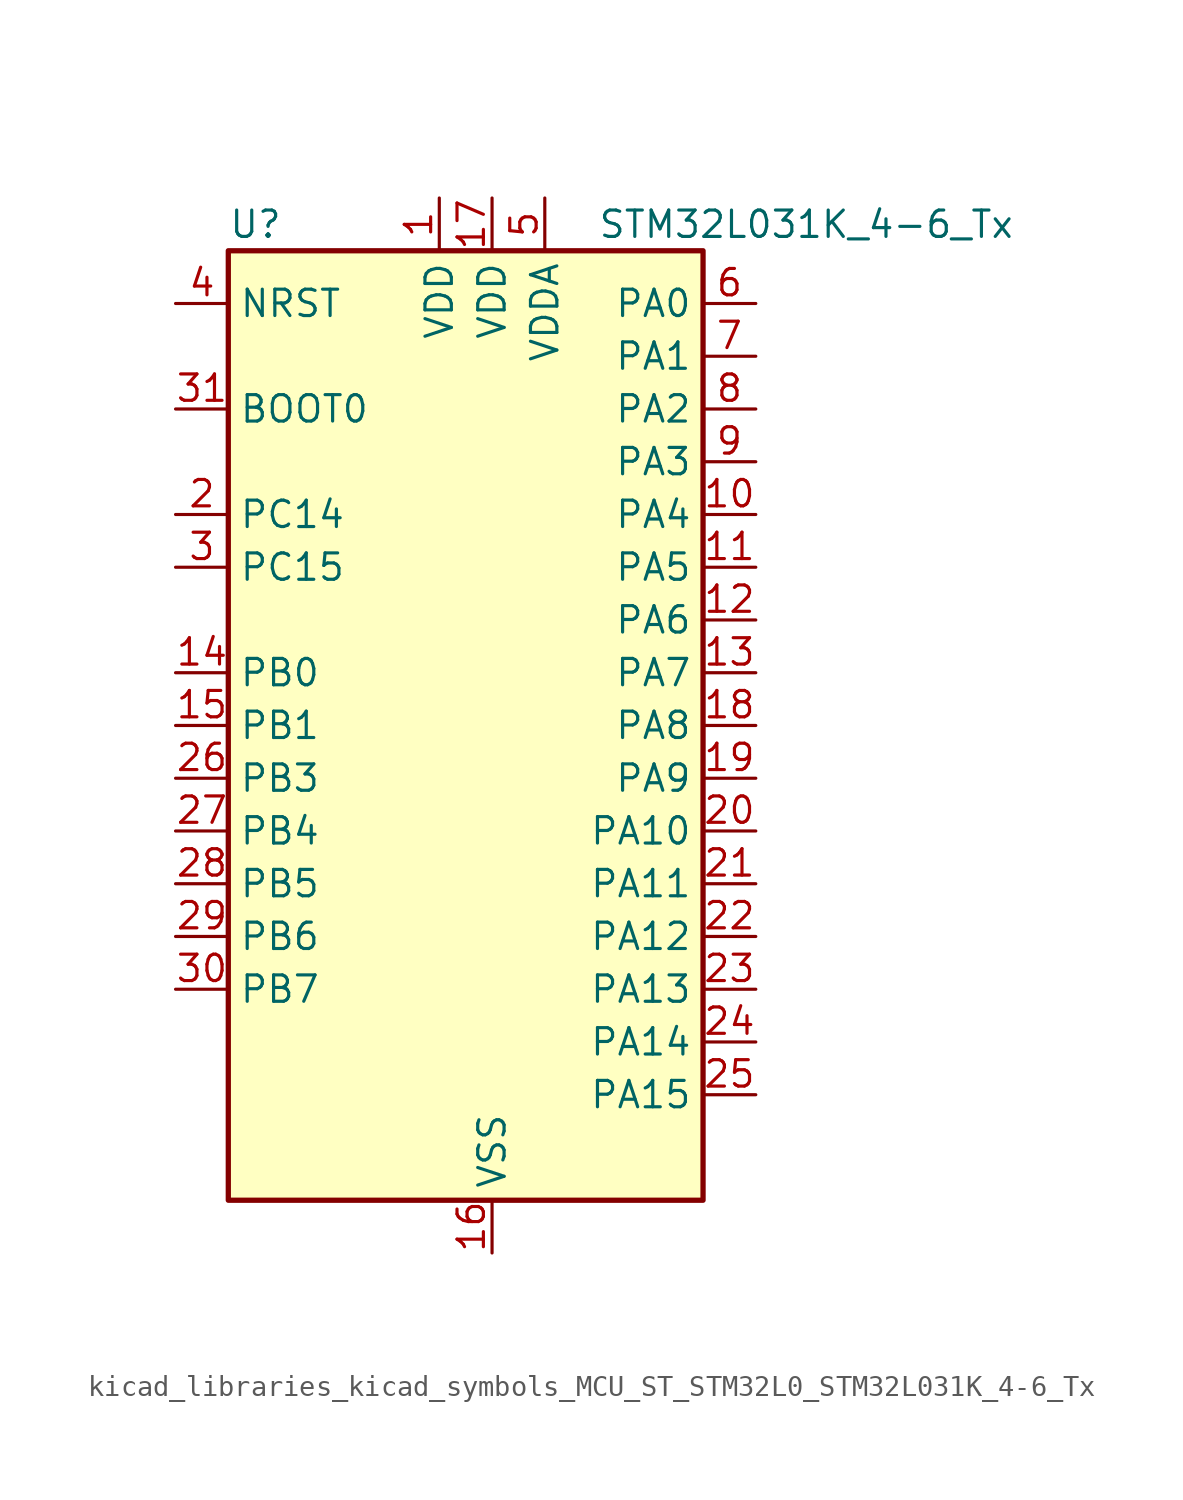
<source format=kicad_sym>
(kicad_symbol_lib
  (version 20220914)
  (generator kicad_symbol_editor)
  (symbol "kicad_libraries_kicad_symbols_MCU_ST_STM32L0_STM32L031K_4-6_Tx"
    (property "Reference" "U"
      (at -10.16 24.13 0)
      (effects (font (size 1.27 1.27)) (justify left)))
    (property "Value" "STM32L031K_4-6_Tx"
      (at 7.62 24.13 0)
      (effects (font (size 1.27 1.27)) (justify left)))
    (property "ki_locked" ""
      (at 0 0 0)
      (effects (font (size 1.27 1.27))))
    (symbol "kicad_libraries_kicad_symbols_MCU_ST_STM32L0_STM32L031K_4-6_Tx_0_1"
      (rectangle (start -10.16 -22.86) (end 12.7 22.86) (stroke (width 0.254) (type default)) (fill (type background))))
    (symbol "kicad_libraries_kicad_symbols_MCU_ST_STM32L0_STM32L031K_4-6_Tx_1_1"
      (pin power_in line (at 0 25.4 270) (length 2.54) (name "VDD" (effects (font (size 1.27 1.27)))) (number "1" (effects (font (size 1.27 1.27)))))
      (pin bidirectional line (at 15.24 10.16 180) (length 2.54) (name "PA4" (effects (font (size 1.27 1.27)))) (number "10" (effects (font (size 1.27 1.27)))) (alternate "ADC_IN4" bidirectional line) (alternate "COMP1_INM" bidirectional line) (alternate "COMP2_INM" bidirectional line) (alternate "LPTIM1_IN1" bidirectional line) (alternate "SPI1_NSS" bidirectional line) (alternate "TIM22_ETR" bidirectional line) (alternate "USART2_CK" bidirectional line))
      (pin bidirectional line (at 15.24 7.62 180) (length 2.54) (name "PA5" (effects (font (size 1.27 1.27)))) (number "11" (effects (font (size 1.27 1.27)))) (alternate "ADC_IN5" bidirectional line) (alternate "COMP1_INM" bidirectional line) (alternate "COMP2_INM" bidirectional line) (alternate "LPTIM1_IN2" bidirectional line) (alternate "SPI1_SCK" bidirectional line) (alternate "TIM2_CH1" bidirectional line) (alternate "TIM2_ETR" bidirectional line))
      (pin bidirectional line (at 15.24 5.08 180) (length 2.54) (name "PA6" (effects (font (size 1.27 1.27)))) (number "12" (effects (font (size 1.27 1.27)))) (alternate "ADC_IN6" bidirectional line) (alternate "COMP1_OUT" bidirectional line) (alternate "LPTIM1_ETR" bidirectional line) (alternate "LPUART1_CTS" bidirectional line) (alternate "SPI1_MISO" bidirectional line) (alternate "TIM22_CH1" bidirectional line))
      (pin bidirectional line (at 15.24 2.54 180) (length 2.54) (name "PA7" (effects (font (size 1.27 1.27)))) (number "13" (effects (font (size 1.27 1.27)))) (alternate "ADC_IN7" bidirectional line) (alternate "COMP2_OUT" bidirectional line) (alternate "LPTIM1_OUT" bidirectional line) (alternate "SPI1_MOSI" bidirectional line) (alternate "TIM22_CH2" bidirectional line) (alternate "USART2_CTS" bidirectional line))
      (pin bidirectional line (at -12.7 2.54 0) (length 2.54) (name "PB0" (effects (font (size 1.27 1.27)))) (number "14" (effects (font (size 1.27 1.27)))) (alternate "ADC_IN8" bidirectional line) (alternate "SPI1_MISO" bidirectional line) (alternate "SYS_VREF_OUT_PB0" bidirectional line) (alternate "TIM2_CH3" bidirectional line) (alternate "USART2_DE" bidirectional line) (alternate "USART2_RTS" bidirectional line))
      (pin bidirectional line (at -12.7 0 0) (length 2.54) (name "PB1" (effects (font (size 1.27 1.27)))) (number "15" (effects (font (size 1.27 1.27)))) (alternate "ADC_IN9" bidirectional line) (alternate "LPUART1_DE" bidirectional line) (alternate "LPUART1_RTS" bidirectional line) (alternate "SPI1_MOSI" bidirectional line) (alternate "SYS_VREF_OUT_PB1" bidirectional line) (alternate "TIM2_CH4" bidirectional line) (alternate "USART2_CK" bidirectional line))
      (pin power_in line (at 2.54 -25.4 90) (length 2.54) (name "VSS" (effects (font (size 1.27 1.27)))) (number "16" (effects (font (size 1.27 1.27)))))
      (pin power_in line (at 2.54 25.4 270) (length 2.54) (name "VDD" (effects (font (size 1.27 1.27)))) (number "17" (effects (font (size 1.27 1.27)))))
      (pin bidirectional line (at 15.24 0 180) (length 2.54) (name "PA8" (effects (font (size 1.27 1.27)))) (number "18" (effects (font (size 1.27 1.27)))) (alternate "LPTIM1_IN1" bidirectional line) (alternate "RCC_MCO" bidirectional line) (alternate "TIM2_CH1" bidirectional line) (alternate "USART2_CK" bidirectional line))
      (pin bidirectional line (at 15.24 -2.54 180) (length 2.54) (name "PA9" (effects (font (size 1.27 1.27)))) (number "19" (effects (font (size 1.27 1.27)))) (alternate "I2C1_SCL" bidirectional line) (alternate "RCC_MCO" bidirectional line) (alternate "TIM22_CH1" bidirectional line) (alternate "USART2_TX" bidirectional line))
      (pin bidirectional line (at -12.7 10.16 0) (length 2.54) (name "PC14" (effects (font (size 1.27 1.27)))) (number "2" (effects (font (size 1.27 1.27)))) (alternate "RCC_OSC32_IN" bidirectional line))
      (pin bidirectional line (at 15.24 -5.08 180) (length 2.54) (name "PA10" (effects (font (size 1.27 1.27)))) (number "20" (effects (font (size 1.27 1.27)))) (alternate "I2C1_SDA" bidirectional line) (alternate "TIM22_CH2" bidirectional line) (alternate "USART2_RX" bidirectional line))
      (pin bidirectional line (at 15.24 -7.62 180) (length 2.54) (name "PA11" (effects (font (size 1.27 1.27)))) (number "21" (effects (font (size 1.27 1.27)))) (alternate "ADC_EXTI11" bidirectional line) (alternate "COMP1_OUT" bidirectional line) (alternate "SPI1_MISO" bidirectional line) (alternate "TIM21_CH2" bidirectional line) (alternate "USART2_CTS" bidirectional line))
      (pin bidirectional line (at 15.24 -10.16 180) (length 2.54) (name "PA12" (effects (font (size 1.27 1.27)))) (number "22" (effects (font (size 1.27 1.27)))) (alternate "COMP2_OUT" bidirectional line) (alternate "SPI1_MOSI" bidirectional line) (alternate "USART2_DE" bidirectional line) (alternate "USART2_RTS" bidirectional line))
      (pin bidirectional line (at 15.24 -12.7 180) (length 2.54) (name "PA13" (effects (font (size 1.27 1.27)))) (number "23" (effects (font (size 1.27 1.27)))) (alternate "LPTIM1_ETR" bidirectional line) (alternate "LPUART1_RX" bidirectional line) (alternate "SYS_SWDIO" bidirectional line))
      (pin bidirectional line (at 15.24 -15.24 180) (length 2.54) (name "PA14" (effects (font (size 1.27 1.27)))) (number "24" (effects (font (size 1.27 1.27)))) (alternate "I2C1_SMBA" bidirectional line) (alternate "LPTIM1_OUT" bidirectional line) (alternate "LPUART1_TX" bidirectional line) (alternate "SYS_SWCLK" bidirectional line) (alternate "USART2_TX" bidirectional line))
      (pin bidirectional line (at 15.24 -17.78 180) (length 2.54) (name "PA15" (effects (font (size 1.27 1.27)))) (number "25" (effects (font (size 1.27 1.27)))) (alternate "SPI1_NSS" bidirectional line) (alternate "TIM2_CH1" bidirectional line) (alternate "TIM2_ETR" bidirectional line) (alternate "USART2_RX" bidirectional line))
      (pin bidirectional line (at -12.7 -2.54 0) (length 2.54) (name "PB3" (effects (font (size 1.27 1.27)))) (number "26" (effects (font (size 1.27 1.27)))) (alternate "COMP2_INM" bidirectional line) (alternate "SPI1_SCK" bidirectional line) (alternate "TIM2_CH2" bidirectional line))
      (pin bidirectional line (at -12.7 -5.08 0) (length 2.54) (name "PB4" (effects (font (size 1.27 1.27)))) (number "27" (effects (font (size 1.27 1.27)))) (alternate "COMP2_INP" bidirectional line) (alternate "SPI1_MISO" bidirectional line) (alternate "TIM22_CH1" bidirectional line))
      (pin bidirectional line (at -12.7 -7.62 0) (length 2.54) (name "PB5" (effects (font (size 1.27 1.27)))) (number "28" (effects (font (size 1.27 1.27)))) (alternate "COMP2_INP" bidirectional line) (alternate "I2C1_SMBA" bidirectional line) (alternate "LPTIM1_IN1" bidirectional line) (alternate "SPI1_MOSI" bidirectional line) (alternate "TIM22_CH2" bidirectional line))
      (pin bidirectional line (at -12.7 -10.16 0) (length 2.54) (name "PB6" (effects (font (size 1.27 1.27)))) (number "29" (effects (font (size 1.27 1.27)))) (alternate "COMP2_INP" bidirectional line) (alternate "I2C1_SCL" bidirectional line) (alternate "LPTIM1_ETR" bidirectional line) (alternate "TIM21_CH1" bidirectional line) (alternate "USART2_TX" bidirectional line))
      (pin bidirectional line (at -12.7 7.62 0) (length 2.54) (name "PC15" (effects (font (size 1.27 1.27)))) (number "3" (effects (font (size 1.27 1.27)))) (alternate "RCC_OSC32_OUT" bidirectional line))
      (pin bidirectional line (at -12.7 -12.7 0) (length 2.54) (name "PB7" (effects (font (size 1.27 1.27)))) (number "30" (effects (font (size 1.27 1.27)))) (alternate "COMP2_INP" bidirectional line) (alternate "I2C1_SDA" bidirectional line) (alternate "LPTIM1_IN2" bidirectional line) (alternate "SYS_PVD_IN" bidirectional line) (alternate "USART2_RX" bidirectional line))
      (pin input line (at -12.7 15.24 0) (length 2.54) (name "BOOT0" (effects (font (size 1.27 1.27)))) (number "31" (effects (font (size 1.27 1.27)))))
      (pin passive line (at 2.54 -25.4 90) (length 2.54) hide (name "VSS" (effects (font (size 1.27 1.27)))) (number "32" (effects (font (size 1.27 1.27)))))
      (pin input line (at -12.7 20.32 0) (length 2.54) (name "NRST" (effects (font (size 1.27 1.27)))) (number "4" (effects (font (size 1.27 1.27)))))
      (pin power_in line (at 5.08 25.4 270) (length 2.54) (name "VDDA" (effects (font (size 1.27 1.27)))) (number "5" (effects (font (size 1.27 1.27)))))
      (pin bidirectional line (at 15.24 20.32 180) (length 2.54) (name "PA0" (effects (font (size 1.27 1.27)))) (number "6" (effects (font (size 1.27 1.27)))) (alternate "ADC_IN0" bidirectional line) (alternate "COMP1_INM" bidirectional line) (alternate "COMP1_OUT" bidirectional line) (alternate "LPTIM1_IN1" bidirectional line) (alternate "RCC_CK_IN" bidirectional line) (alternate "RTC_TAMP2" bidirectional line) (alternate "SYS_WKUP1" bidirectional line) (alternate "TIM2_CH1" bidirectional line) (alternate "TIM2_ETR" bidirectional line) (alternate "USART2_CTS" bidirectional line))
      (pin bidirectional line (at 15.24 17.78 180) (length 2.54) (name "PA1" (effects (font (size 1.27 1.27)))) (number "7" (effects (font (size 1.27 1.27)))) (alternate "ADC_IN1" bidirectional line) (alternate "COMP1_INP" bidirectional line) (alternate "I2C1_SMBA" bidirectional line) (alternate "LPTIM1_IN2" bidirectional line) (alternate "TIM21_ETR" bidirectional line) (alternate "TIM2_CH2" bidirectional line) (alternate "USART2_DE" bidirectional line) (alternate "USART2_RTS" bidirectional line))
      (pin bidirectional line (at 15.24 15.24 180) (length 2.54) (name "PA2" (effects (font (size 1.27 1.27)))) (number "8" (effects (font (size 1.27 1.27)))) (alternate "ADC_IN2" bidirectional line) (alternate "COMP2_INM" bidirectional line) (alternate "COMP2_OUT" bidirectional line) (alternate "LPUART1_TX" bidirectional line) (alternate "RTC_OUT_ALARM" bidirectional line) (alternate "RTC_OUT_CALIB" bidirectional line) (alternate "RTC_TAMP3" bidirectional line) (alternate "RTC_TS" bidirectional line) (alternate "SYS_WKUP3" bidirectional line) (alternate "TIM21_CH1" bidirectional line) (alternate "TIM2_CH3" bidirectional line) (alternate "USART2_TX" bidirectional line))
      (pin bidirectional line (at 15.24 12.7 180) (length 2.54) (name "PA3" (effects (font (size 1.27 1.27)))) (number "9" (effects (font (size 1.27 1.27)))) (alternate "ADC_IN3" bidirectional line) (alternate "COMP2_INP" bidirectional line) (alternate "LPUART1_RX" bidirectional line) (alternate "TIM21_CH2" bidirectional line) (alternate "TIM2_CH4" bidirectional line) (alternate "USART2_RX" bidirectional line)))))
</source>
